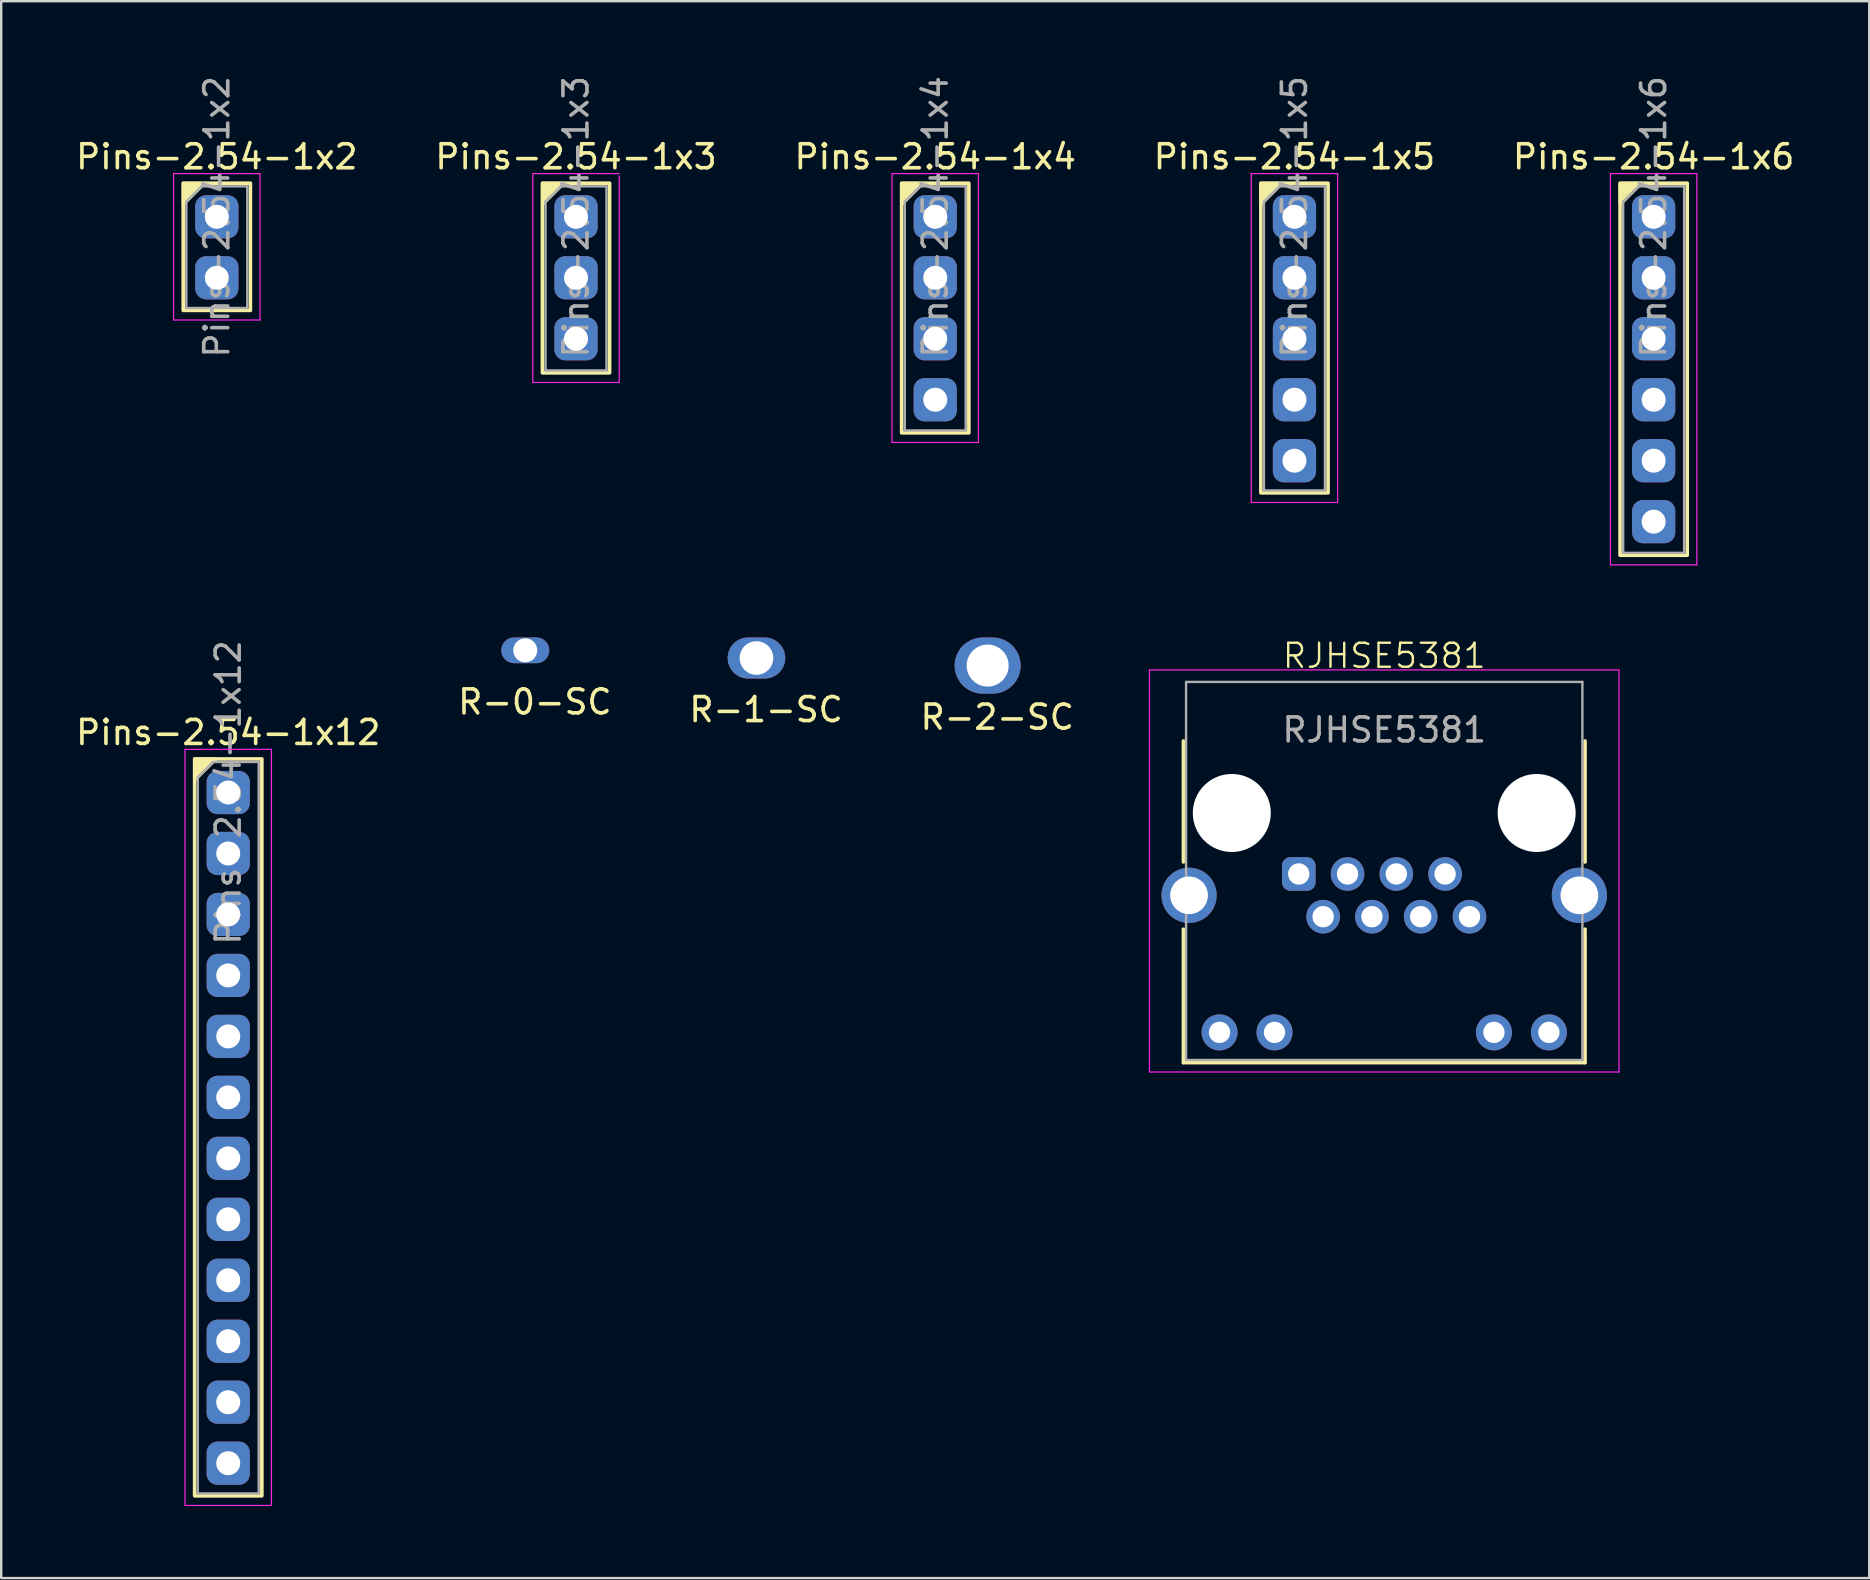
<source format=kicad_pcb>
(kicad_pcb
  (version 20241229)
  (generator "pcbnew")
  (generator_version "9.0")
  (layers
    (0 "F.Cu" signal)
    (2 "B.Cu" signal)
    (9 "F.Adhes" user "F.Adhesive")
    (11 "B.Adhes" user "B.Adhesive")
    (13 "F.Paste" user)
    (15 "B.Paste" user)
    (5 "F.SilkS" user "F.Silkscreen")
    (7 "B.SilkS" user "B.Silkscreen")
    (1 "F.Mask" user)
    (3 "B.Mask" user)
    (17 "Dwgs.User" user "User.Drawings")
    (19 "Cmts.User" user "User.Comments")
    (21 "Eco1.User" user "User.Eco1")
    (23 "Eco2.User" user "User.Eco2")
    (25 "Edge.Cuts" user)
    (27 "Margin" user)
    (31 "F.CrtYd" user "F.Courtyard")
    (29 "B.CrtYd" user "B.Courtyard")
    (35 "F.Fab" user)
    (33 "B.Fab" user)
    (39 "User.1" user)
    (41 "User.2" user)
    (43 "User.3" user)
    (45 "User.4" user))
  (footprint "Pins-2.54-1x2"
    (layer "F.Cu")
    (at 5.982 5.982)
    (property "Reference" "Pins-2.54-1x2" (at 0 -2.5 0) (unlocked yes) (layer "F.SilkS") (effects (font (size 1 1) (thickness 0.15))))
    (attr through_hole)
    (fp_rect (start 1.4 3.9) (end -1.4 -1.4) (stroke (width 0.15) (type solid)) (fill no) (layer "F.SilkS"))
    (fp_poly (pts (xy -1.4 -0.5) (xy -1.4 -1.4) (xy -0.5 -1.4)) (stroke (width 0.12) (type solid)) (fill yes) (layer "F.SilkS"))
    (fp_line (start -1.8 -1.8) (end -1.8 4.3) (stroke (width 0.05) (type solid)) (layer "F.CrtYd"))
    (fp_line (start -1.8 4.3) (end 1.8 4.3) (stroke (width 0.05) (type solid)) (layer "F.CrtYd"))
    (fp_line (start 1.8 -1.8) (end -1.8 -1.8) (stroke (width 0.05) (type solid)) (layer "F.CrtYd"))
    (fp_line (start 1.8 4.3) (end 1.8 -1.8) (stroke (width 0.05) (type solid)) (layer "F.CrtYd"))
    (fp_line (start -1.27 -0.635) (end -0.635 -1.27) (stroke (width 0.1) (type solid)) (layer "F.Fab"))
    (fp_line (start -1.27 3.8) (end -1.27 -0.635) (stroke (width 0.1) (type solid)) (layer "F.Fab"))
    (fp_line (start -0.635 -1.27) (end 1.27 -1.27) (stroke (width 0.1) (type solid)) (layer "F.Fab"))
    (fp_line (start 1.27 -1.27) (end 1.27 3.8) (stroke (width 0.1) (type solid)) (layer "F.Fab"))
    (fp_line (start 1.27 3.8) (end -1.27 3.8) (stroke (width 0.1) (type solid)) (layer "F.Fab"))
    (fp_text user "${REFERENCE}" (at 0 0 90) (layer "F.Fab") (effects (font (size 1 1) (thickness 0.15))))
    (pad "1" thru_hole roundrect (at 0 0) (size 1.8 1.8) (drill 1) (layers "*.Cu" "*.Mask") (roundrect_rratio 0.25))
    (pad "2" thru_hole roundrect (at 0 2.54) (size 1.8 1.8) (drill 1) (layers "*.Cu" "*.Mask") (roundrect_rratio 0.25)))
  (footprint "R-1-SC"
    (layer "F.Cu")
    (at 28.463 24.362)
    (property "Reference" "R-1-SC" (at 0.4 2.15 0) (layer "F.SilkS") (effects (font (size 1 1) (thickness 0.15))))
    (attr through_hole)
    (pad "1" thru_hole oval (at 0 0 180) (size 2.4 1.71) (drill 1.4) (layers "*.Cu" "*.Mask")))
  (footprint "R-0-SC"
    (layer "F.Cu")
    (at 18.832 24.042)
    (property "Reference" "R-0-SC" (at 0.4 2.15 0) (layer "F.SilkS") (effects (font (size 1 1) (thickness 0.15))))
    (attr through_hole)
    (pad "1" thru_hole oval (at 0 0 180) (size 2 1.07) (drill 1) (layers "*.Cu" "*.Mask")))
  (footprint "RJHSE5381"
    (layer "F.Cu")
    (at 54.615 30.818)
    (property "Reference" "RJHSE5381" (at 0 -6.55 0) (unlocked yes) (layer "F.SilkS") (effects (font (size 1 1) (thickness 0.1))))
    (attr through_hole)
    (fp_line (start -8.365 -3) (end -8.365 2.04) (stroke (width 0.15) (type solid)) (layer "F.SilkS"))
    (fp_line (start -8.365 10.4) (end -8.365 4.84) (stroke (width 0.15) (type solid)) (layer "F.SilkS"))
    (fp_line (start -8.365 10.4) (end 8.365 10.4) (stroke (width 0.15) (type solid)) (layer "F.SilkS"))
    (fp_line (start 8.365 -3) (end 8.365 2.04) (stroke (width 0.15) (type solid)) (layer "F.SilkS"))
    (fp_line (start 8.365 10.4) (end 8.365 4.84) (stroke (width 0.15) (type solid)) (layer "F.SilkS"))
    (fp_line (start -9.78 -5.96) (end -9.78 10.79) (stroke (width 0.05) (type solid)) (layer "F.CrtYd"))
    (fp_line (start -9.78 -5.96) (end 9.78 -5.96) (stroke (width 0.05) (type solid)) (layer "F.CrtYd"))
    (fp_line (start -9.78 10.79) (end 9.78 10.79) (stroke (width 0.05) (type solid)) (layer "F.CrtYd"))
    (fp_line (start 9.78 -5.96) (end 9.78 10.79) (stroke (width 0.05) (type solid)) (layer "F.CrtYd"))
    (fp_line (start -8.255 -5.46) (end -8.255 10.29) (stroke (width 0.1) (type solid)) (layer "F.Fab"))
    (fp_line (start -8.255 -5.46) (end 8.255 -5.46) (stroke (width 0.1) (type solid)) (layer "F.Fab"))
    (fp_line (start -8.255 10.29) (end 8.255 10.29) (stroke (width 0.1) (type solid)) (layer "F.Fab"))
    (fp_line (start 8.255 -5.46) (end 8.255 10.29) (stroke (width 0.1) (type solid)) (layer "F.Fab"))
    (fp_text user "${REFERENCE}" (at 0 -3.46 0) (layer "F.Fab") (effects (font (size 1 1) (thickness 0.15))))
    (pad "" np_thru_hole circle (at -6.35 0) (size 3.25 3.25) (drill 3.25) (layers "*.Cu" "*.Mask"))
    (pad "" np_thru_hole circle (at 6.35 0) (size 3.25 3.25) (drill 3.25) (layers "*.Cu" "*.Mask"))
    (pad "1" thru_hole roundrect (at -3.56 2.54) (size 1.4 1.4) (drill 0.89) (layers "*.Cu" "*.Mask") (roundrect_rratio 0.25))
    (pad "2" thru_hole circle (at -2.544 4.32) (size 1.4 1.4) (drill 0.89) (layers "*.Cu" "*.Mask"))
    (pad "3" thru_hole circle (at -1.528 2.54) (size 1.4 1.4) (drill 0.89) (layers "*.Cu" "*.Mask"))
    (pad "4" thru_hole circle (at -0.512 4.32) (size 1.4 1.4) (drill 0.89) (layers "*.Cu" "*.Mask"))
    (pad "5" thru_hole circle (at 0.504 2.54) (size 1.4 1.4) (drill 0.89) (layers "*.Cu" "*.Mask"))
    (pad "6" thru_hole circle (at 1.52 4.32) (size 1.4 1.4) (drill 0.89) (layers "*.Cu" "*.Mask"))
    (pad "7" thru_hole circle (at 2.536 2.54) (size 1.4 1.4) (drill 0.89) (layers "*.Cu" "*.Mask"))
    (pad "8" thru_hole circle (at 3.552 4.32) (size 1.4 1.4) (drill 0.89) (layers "*.Cu" "*.Mask"))
    (pad "9" thru_hole circle (at -6.86 9.14) (size 1.5 1.5) (drill 0.89) (layers "*.Cu" "*.Mask"))
    (pad "10" thru_hole circle (at -4.57 9.14) (size 1.5 1.5) (drill 0.89) (layers "*.Cu" "*.Mask"))
    (pad "11" thru_hole circle (at 4.57 9.14) (size 1.5 1.5) (drill 0.89) (layers "*.Cu" "*.Mask"))
    (pad "12" thru_hole circle (at 6.86 9.14) (size 1.5 1.5) (drill 0.89) (layers "*.Cu" "*.Mask"))
    (pad "S" thru_hole circle (at -8.13 3.43) (size 2.3 2.3) (drill 1.57) (layers "*.Cu" "*.Mask"))
    (pad "S" thru_hole circle (at 8.13 3.43) (size 2.3 2.3) (drill 1.57) (layers "*.Cu" "*.Mask")))
  (footprint "Pins-2.54-1x5"
    (layer "F.Cu")
    (at 50.875 5.982)
    (property "Reference" "Pins-2.54-1x5" (at 0 -2.5 0) (unlocked yes) (layer "F.SilkS") (effects (font (size 1 1) (thickness 0.15))))
    (attr through_hole)
    (fp_rect (start -1.4 -1.4) (end 1.4 11.5) (stroke (width 0.15) (type default)) (fill no) (layer "F.SilkS"))
    (fp_poly (pts (xy -1.4 -0.5) (xy -1.4 -1.4) (xy -0.5 -1.4)) (stroke (width 0.12) (type solid)) (fill yes) (layer "F.SilkS"))
    (fp_line (start -1.8 -1.8) (end -1.8 11.9) (stroke (width 0.05) (type solid)) (layer "F.CrtYd"))
    (fp_line (start -1.8 11.9) (end 1.8 11.9) (stroke (width 0.05) (type solid)) (layer "F.CrtYd"))
    (fp_line (start 1.8 -1.8) (end -1.8 -1.8) (stroke (width 0.05) (type solid)) (layer "F.CrtYd"))
    (fp_line (start 1.8 11.9) (end 1.8 -1.8) (stroke (width 0.05) (type solid)) (layer "F.CrtYd"))
    (fp_line (start -1.27 -0.635) (end -0.635 -1.27) (stroke (width 0.1) (type solid)) (layer "F.Fab"))
    (fp_line (start -1.27 11.4) (end -1.27 -0.635) (stroke (width 0.1) (type solid)) (layer "F.Fab"))
    (fp_line (start -0.635 -1.27) (end 1.27 -1.27) (stroke (width 0.1) (type solid)) (layer "F.Fab"))
    (fp_line (start 1.27 -1.27) (end 1.27 11.4) (stroke (width 0.1) (type solid)) (layer "F.Fab"))
    (fp_line (start 1.27 11.4) (end -1.27 11.4) (stroke (width 0.1) (type solid)) (layer "F.Fab"))
    (fp_text user "${REFERENCE}" (at 0 0 90) (layer "F.Fab") (effects (font (size 1 1) (thickness 0.15))))
    (pad "1" thru_hole roundrect (at 0 0) (size 1.8 1.8) (drill 1) (layers "*.Cu" "*.Mask") (roundrect_rratio 0.25))
    (pad "2" thru_hole roundrect (at 0 2.54) (size 1.8 1.8) (drill 1) (layers "*.Cu" "*.Mask") (roundrect_rratio 0.25))
    (pad "3" thru_hole roundrect (at 0 5.08) (size 1.8 1.8) (drill 1) (layers "*.Cu" "*.Mask") (roundrect_rratio 0.25))
    (pad "4" thru_hole roundrect (at 0 7.62) (size 1.8 1.8) (drill 1) (layers "*.Cu" "*.Mask") (roundrect_rratio 0.25))
    (pad "5" thru_hole roundrect (at 0 10.16) (size 1.8 1.8) (drill 1) (layers "*.Cu" "*.Mask") (roundrect_rratio 0.25)))
  (footprint "Pins-2.54-1x12"
    (layer "F.Cu")
    (at 6.458 29.965)
    (property "Reference" "Pins-2.54-1x12" (at 0 -2.5 0) (unlocked yes) (layer "F.SilkS") (effects (font (size 1 1) (thickness 0.15))))
    (attr through_hole)
    (fp_rect (start 1.4 29.3) (end -1.4 -1.4) (stroke (width 0.15) (type solid)) (fill no) (layer "F.SilkS"))
    (fp_poly (pts (xy -1.4 -0.5) (xy -1.4 -1.4) (xy -0.5 -1.4)) (stroke (width 0.12) (type solid)) (fill yes) (layer "F.SilkS"))
    (fp_line (start -1.8 -1.8) (end -1.8 29.7) (stroke (width 0.05) (type solid)) (layer "F.CrtYd"))
    (fp_line (start -1.8 29.7) (end 1.8 29.7) (stroke (width 0.05) (type solid)) (layer "F.CrtYd"))
    (fp_line (start 1.8 -1.8) (end -1.8 -1.8) (stroke (width 0.05) (type solid)) (layer "F.CrtYd"))
    (fp_line (start 1.8 29.7) (end 1.8 -1.8) (stroke (width 0.05) (type solid)) (layer "F.CrtYd"))
    (fp_line (start -1.27 -0.635) (end -0.635 -1.27) (stroke (width 0.1) (type solid)) (layer "F.Fab"))
    (fp_line (start -1.27 29.2) (end -1.27 -0.635) (stroke (width 0.1) (type solid)) (layer "F.Fab"))
    (fp_line (start -0.635 -1.27) (end 1.27 -1.27) (stroke (width 0.1) (type solid)) (layer "F.Fab"))
    (fp_line (start 1.27 -1.27) (end 1.27 29.2) (stroke (width 0.1) (type solid)) (layer "F.Fab"))
    (fp_line (start 1.27 29.2) (end -1.27 29.2) (stroke (width 0.1) (type solid)) (layer "F.Fab"))
    (fp_text user "${REFERENCE}" (at 0 0 90) (layer "F.Fab") (effects (font (size 1 1) (thickness 0.15))))
    (pad "1" thru_hole roundrect (at 0 0) (size 1.8 1.8) (drill 1) (layers "*.Cu" "*.Mask") (roundrect_rratio 0.25))
    (pad "2" thru_hole roundrect (at 0 2.54) (size 1.8 1.8) (drill 1) (layers "*.Cu" "*.Mask") (roundrect_rratio 0.25))
    (pad "3" thru_hole roundrect (at 0 5.08) (size 1.8 1.8) (drill 1) (layers "*.Cu" "*.Mask") (roundrect_rratio 0.25))
    (pad "4" thru_hole roundrect (at 0 7.62) (size 1.8 1.8) (drill 1) (layers "*.Cu" "*.Mask") (roundrect_rratio 0.25))
    (pad "5" thru_hole roundrect (at 0 10.16) (size 1.8 1.8) (drill 1) (layers "*.Cu" "*.Mask") (roundrect_rratio 0.25))
    (pad "6" thru_hole roundrect (at 0 12.7) (size 1.8 1.8) (drill 1) (layers "*.Cu" "*.Mask") (roundrect_rratio 0.25))
    (pad "7" thru_hole roundrect (at 0 15.24) (size 1.8 1.8) (drill 1) (layers "*.Cu" "*.Mask") (roundrect_rratio 0.25))
    (pad "8" thru_hole roundrect (at 0 17.78) (size 1.8 1.8) (drill 1) (layers "*.Cu" "*.Mask") (roundrect_rratio 0.25))
    (pad "9" thru_hole roundrect (at 0 20.32) (size 1.8 1.8) (drill 1) (layers "*.Cu" "*.Mask") (roundrect_rratio 0.25))
    (pad "10" thru_hole roundrect (at 0 22.86) (size 1.8 1.8) (drill 1) (layers "*.Cu" "*.Mask") (roundrect_rratio 0.25))
    (pad "11" thru_hole roundrect (at 0 25.4) (size 1.8 1.8) (drill 1) (layers "*.Cu" "*.Mask") (roundrect_rratio 0.25))
    (pad "12" thru_hole roundrect (at 0 27.94) (size 1.8 1.8) (drill 1) (layers "*.Cu" "*.Mask") (roundrect_rratio 0.25)))
  (footprint "Pins-2.54-1x3"
    (layer "F.Cu")
    (at 20.946 5.982)
    (property "Reference" "Pins-2.54-1x3" (at 0 -2.5 0) (unlocked yes) (layer "F.SilkS") (effects (font (size 1 1) (thickness 0.15))))
    (attr through_hole)
    (fp_rect (start 1.4 6.5) (end -1.4 -1.4) (stroke (width 0.15) (type solid)) (fill no) (layer "F.SilkS"))
    (fp_poly (pts (xy -1.4 -0.5) (xy -1.4 -1.4) (xy -0.5 -1.4)) (stroke (width 0.12) (type solid)) (fill yes) (layer "F.SilkS"))
    (fp_line (start -1.8 -1.8) (end -1.8 6.9) (stroke (width 0.05) (type solid)) (layer "F.CrtYd"))
    (fp_line (start -1.8 6.9) (end 1.8 6.9) (stroke (width 0.05) (type solid)) (layer "F.CrtYd"))
    (fp_line (start 1.8 -1.8) (end -1.8 -1.8) (stroke (width 0.05) (type solid)) (layer "F.CrtYd"))
    (fp_line (start 1.8 6.9) (end 1.8 -1.7) (stroke (width 0.05) (type solid)) (layer "F.CrtYd"))
    (fp_line (start -1.27 -0.635) (end -0.635 -1.27) (stroke (width 0.1) (type solid)) (layer "F.Fab"))
    (fp_line (start -1.27 6.4) (end -1.27 -0.635) (stroke (width 0.1) (type solid)) (layer "F.Fab"))
    (fp_line (start -0.635 -1.27) (end 1.27 -1.27) (stroke (width 0.1) (type solid)) (layer "F.Fab"))
    (fp_line (start 1.27 -1.27) (end 1.27 6.4) (stroke (width 0.1) (type solid)) (layer "F.Fab"))
    (fp_line (start 1.27 6.4) (end -1.27 6.4) (stroke (width 0.1) (type solid)) (layer "F.Fab"))
    (fp_text user "${REFERENCE}" (at 0 0 90) (layer "F.Fab") (effects (font (size 1 1) (thickness 0.15))))
    (pad "1" thru_hole roundrect (at 0 0) (size 1.8 1.8) (drill 1) (layers "*.Cu" "*.Mask") (roundrect_rratio 0.25))
    (pad "2" thru_hole roundrect (at 0 2.54) (size 1.8 1.8) (drill 1) (layers "*.Cu" "*.Mask") (roundrect_rratio 0.25))
    (pad "3" thru_hole roundrect (at 0 5.08) (size 1.8 1.8) (drill 1) (layers "*.Cu" "*.Mask") (roundrect_rratio 0.25)))
  (footprint "R-2-SC"
    (layer "F.Cu")
    (at 38.094 24.677)
    (property "Reference" "R-2-SC" (at 0.4 2.15 0) (layer "F.SilkS") (effects (font (size 1 1) (thickness 0.15))))
    (attr through_hole)
    (pad "1" thru_hole oval (at 0 0 180) (size 2.75 2.34) (drill 1.75) (layers "*.Cu" "*.Mask")))
  (footprint "Pins-2.54-1x4"
    (layer "F.Cu")
    (at 35.911 5.982)
    (property "Reference" "Pins-2.54-1x4" (at 0 -2.5 0) (unlocked yes) (layer "F.SilkS") (effects (font (size 1 1) (thickness 0.15))))
    (attr through_hole)
    (fp_rect (start 1.4 9) (end -1.4 -1.4) (stroke (width 0.15) (type solid)) (fill no) (layer "F.SilkS"))
    (fp_poly (pts (xy -1.4 -0.5) (xy -1.4 -1.4) (xy -0.5 -1.4)) (stroke (width 0.12) (type solid)) (fill yes) (layer "F.SilkS"))
    (fp_line (start -1.8 -1.8) (end -1.8 9.4) (stroke (width 0.05) (type solid)) (layer "F.CrtYd"))
    (fp_line (start -1.8 9.4) (end 1.8 9.4) (stroke (width 0.05) (type solid)) (layer "F.CrtYd"))
    (fp_line (start 1.8 -1.8) (end -1.8 -1.8) (stroke (width 0.05) (type solid)) (layer "F.CrtYd"))
    (fp_line (start 1.8 9.4) (end 1.8 -1.8) (stroke (width 0.05) (type solid)) (layer "F.CrtYd"))
    (fp_line (start -1.27 -0.635) (end -0.635 -1.27) (stroke (width 0.1) (type solid)) (layer "F.Fab"))
    (fp_line (start -1.27 8.9) (end -1.27 -0.635) (stroke (width 0.1) (type solid)) (layer "F.Fab"))
    (fp_line (start -0.635 -1.27) (end 1.27 -1.27) (stroke (width 0.1) (type solid)) (layer "F.Fab"))
    (fp_line (start 1.27 -1.27) (end 1.27 8.9) (stroke (width 0.1) (type solid)) (layer "F.Fab"))
    (fp_line (start 1.27 8.9) (end -1.27 8.9) (stroke (width 0.1) (type solid)) (layer "F.Fab"))
    (fp_text user "${REFERENCE}" (at 0 0 90) (layer "F.Fab") (effects (font (size 1 1) (thickness 0.15))))
    (pad "1" thru_hole roundrect (at 0 0) (size 1.8 1.8) (drill 1) (layers "*.Cu" "*.Mask") (roundrect_rratio 0.25))
    (pad "2" thru_hole roundrect (at 0 2.54) (size 1.8 1.8) (drill 1) (layers "*.Cu" "*.Mask") (roundrect_rratio 0.25))
    (pad "3" thru_hole roundrect (at 0 5.08) (size 1.8 1.8) (drill 1) (layers "*.Cu" "*.Mask") (roundrect_rratio 0.25))
    (pad "4" thru_hole roundrect (at 0 7.62) (size 1.8 1.8) (drill 1) (layers "*.Cu" "*.Mask") (roundrect_rratio 0.25)))
  (footprint "Pins-2.54-1x6"
    (layer "F.Cu")
    (at 65.839 5.982)
    (property "Reference" "Pins-2.54-1x6" (at 0 -2.5 0) (unlocked yes) (layer "F.SilkS") (effects (font (size 1 1) (thickness 0.15))))
    (attr through_hole)
    (fp_rect (start 1.4 14.1) (end -1.4 -1.4) (stroke (width 0.15) (type solid)) (fill no) (layer "F.SilkS"))
    (fp_poly (pts (xy -1.4 -0.5) (xy -1.4 -1.4) (xy -0.5 -1.4)) (stroke (width 0.12) (type solid)) (fill yes) (layer "F.SilkS"))
    (fp_line (start -1.8 -1.8) (end -1.8 14.5) (stroke (width 0.05) (type solid)) (layer "F.CrtYd"))
    (fp_line (start -1.8 14.5) (end 1.8 14.5) (stroke (width 0.05) (type solid)) (layer "F.CrtYd"))
    (fp_line (start 1.8 -1.8) (end -1.8 -1.8) (stroke (width 0.05) (type solid)) (layer "F.CrtYd"))
    (fp_line (start 1.8 14.5) (end 1.8 -1.8) (stroke (width 0.05) (type solid)) (layer "F.CrtYd"))
    (fp_line (start -1.27 -0.635) (end -0.635 -1.27) (stroke (width 0.1) (type solid)) (layer "F.Fab"))
    (fp_line (start -1.27 14) (end -1.27 -0.635) (stroke (width 0.1) (type solid)) (layer "F.Fab"))
    (fp_line (start -0.635 -1.27) (end 1.27 -1.27) (stroke (width 0.1) (type solid)) (layer "F.Fab"))
    (fp_line (start 1.27 -1.27) (end 1.27 14) (stroke (width 0.1) (type solid)) (layer "F.Fab"))
    (fp_line (start 1.27 14) (end -1.27 14) (stroke (width 0.1) (type solid)) (layer "F.Fab"))
    (fp_text user "${REFERENCE}" (at 0 0 90) (layer "F.Fab") (effects (font (size 1 1) (thickness 0.15))))
    (pad "1" thru_hole roundrect (at 0 0) (size 1.8 1.8) (drill 1) (layers "*.Cu" "*.Mask") (roundrect_rratio 0.25))
    (pad "2" thru_hole roundrect (at 0 2.54) (size 1.8 1.8) (drill 1) (layers "*.Cu" "*.Mask") (roundrect_rratio 0.25))
    (pad "3" thru_hole roundrect (at 0 5.08) (size 1.8 1.8) (drill 1) (layers "*.Cu" "*.Mask") (roundrect_rratio 0.25))
    (pad "4" thru_hole roundrect (at 0 7.62) (size 1.8 1.8) (drill 1) (layers "*.Cu" "*.Mask") (roundrect_rratio 0.25))
    (pad "5" thru_hole roundrect (at 0 10.16) (size 1.8 1.8) (drill 1) (layers "*.Cu" "*.Mask") (roundrect_rratio 0.25))
    (pad "6" thru_hole roundrect (at 0 12.7) (size 1.8 1.8) (drill 1) (layers "*.Cu" "*.Mask") (roundrect_rratio 0.25)))
  (gr_rect
    (start -3 -3)
    (end 74.821 62.69)
    (stroke (width 0.1) (type default))
    (fill no)
    (layer "Edge.Cuts")))
</source>
